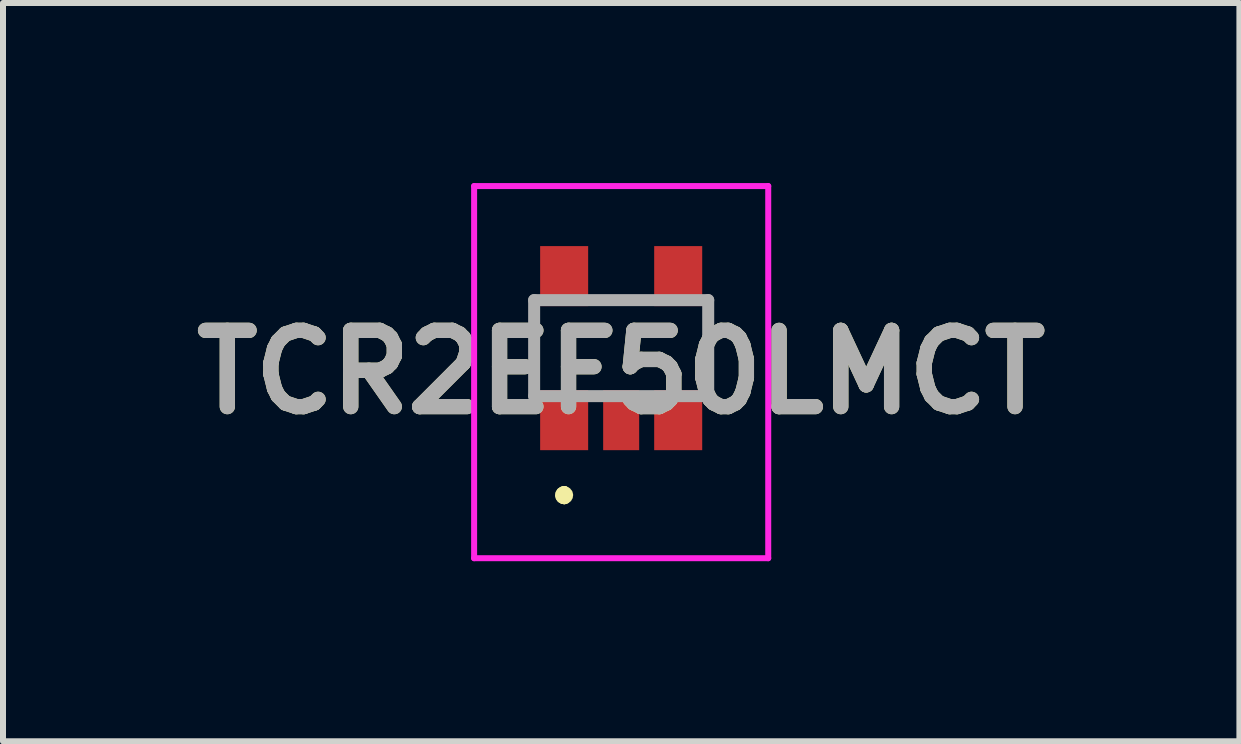
<source format=kicad_pcb>
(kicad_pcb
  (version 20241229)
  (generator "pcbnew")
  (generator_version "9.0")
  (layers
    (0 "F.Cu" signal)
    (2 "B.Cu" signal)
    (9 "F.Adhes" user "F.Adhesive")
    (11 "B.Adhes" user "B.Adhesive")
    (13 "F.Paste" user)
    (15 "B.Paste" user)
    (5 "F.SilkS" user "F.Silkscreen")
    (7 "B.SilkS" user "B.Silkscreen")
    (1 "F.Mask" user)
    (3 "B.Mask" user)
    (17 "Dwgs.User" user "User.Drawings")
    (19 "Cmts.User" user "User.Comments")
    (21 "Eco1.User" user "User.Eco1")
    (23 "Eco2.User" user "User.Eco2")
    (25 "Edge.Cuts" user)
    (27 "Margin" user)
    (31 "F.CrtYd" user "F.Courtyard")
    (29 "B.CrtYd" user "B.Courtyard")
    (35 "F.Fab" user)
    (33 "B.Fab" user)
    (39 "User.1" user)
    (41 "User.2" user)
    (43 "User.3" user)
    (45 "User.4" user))
  (footprint "TCR2EF50LMCT"
    (layer "F.Cu")
    (at 7.299 2.75)
    (property "Reference" "TCR2EF50LMCT" (at 0 0.4 0) (layer "F.SilkS") (effects (font (size 1.27 1.27) (thickness 0.254))))
    (attr smd)
    (fp_line (start -0.95 2.4) (end -0.95 2.4) (stroke (width 0.2) (type solid)) (layer "F.SilkS"))
    (fp_line (start -0.95 2.4) (end -0.95 2.4) (stroke (width 0.2) (type solid)) (layer "F.SilkS"))
    (fp_line (start -0.95 2.5) (end -0.95 2.5) (stroke (width 0.2) (type solid)) (layer "F.SilkS"))
    (fp_arc (start -0.95 2.4) (mid -0.9 2.45) (end -0.95 2.5) (stroke (width 0.2) (type solid)) (layer "F.SilkS"))
    (fp_arc (start -0.95 2.5) (mid -1 2.45) (end -0.95 2.4) (stroke (width 0.2) (type solid)) (layer "F.SilkS"))
    (fp_arc (start -0.95 2.5) (mid -1 2.45) (end -0.95 2.4) (stroke (width 0.2) (type solid)) (layer "F.SilkS"))
    (fp_line (start -2.45 -2.7) (end 2.45 -2.7) (stroke (width 0.1) (type solid)) (layer "F.CrtYd"))
    (fp_line (start -2.45 3.5) (end -2.45 -2.7) (stroke (width 0.1) (type solid)) (layer "F.CrtYd"))
    (fp_line (start 2.45 -2.7) (end 2.45 3.5) (stroke (width 0.1) (type solid)) (layer "F.CrtYd"))
    (fp_line (start 2.45 3.5) (end -2.45 3.5) (stroke (width 0.1) (type solid)) (layer "F.CrtYd"))
    (fp_line (start -1.45 -0.8) (end -1.45 0.8) (stroke (width 0.2) (type solid)) (layer "F.Fab"))
    (fp_line (start -1.45 0.8) (end 1.45 0.8) (stroke (width 0.2) (type solid)) (layer "F.Fab"))
    (fp_line (start 1.45 -0.8) (end -1.45 -0.8) (stroke (width 0.2) (type solid)) (layer "F.Fab"))
    (fp_line (start 1.45 0.8) (end 1.45 -0.8) (stroke (width 0.2) (type solid)) (layer "F.Fab"))
    (fp_text user "${REFERENCE}" (at 0 0.4 0) (layer "F.Fab") (effects (font (size 1.27 1.27) (thickness 0.254))))
    (pad "1" smd rect (at -0.95 1.2) (size 0.8 1) (layers "F.Cu" "F.Mask" "F.Paste"))
    (pad "2" smd rect (at 0 1.2) (size 0.6 1) (layers "F.Cu" "F.Mask" "F.Paste"))
    (pad "3" smd rect (at 0.95 1.2) (size 0.8 1) (layers "F.Cu" "F.Mask" "F.Paste"))
    (pad "4" smd rect (at 0.95 -1.2) (size 0.8 1) (layers "F.Cu" "F.Mask" "F.Paste"))
    (pad "5" smd rect (at -0.95 -1.2) (size 0.8 1) (layers "F.Cu" "F.Mask" "F.Paste")))
  (gr_rect
    (start -3 -3)
    (end 17.599 9.3)
    (stroke (width 0.1) (type default))
    (fill no)
    (layer "Edge.Cuts")))
</source>
